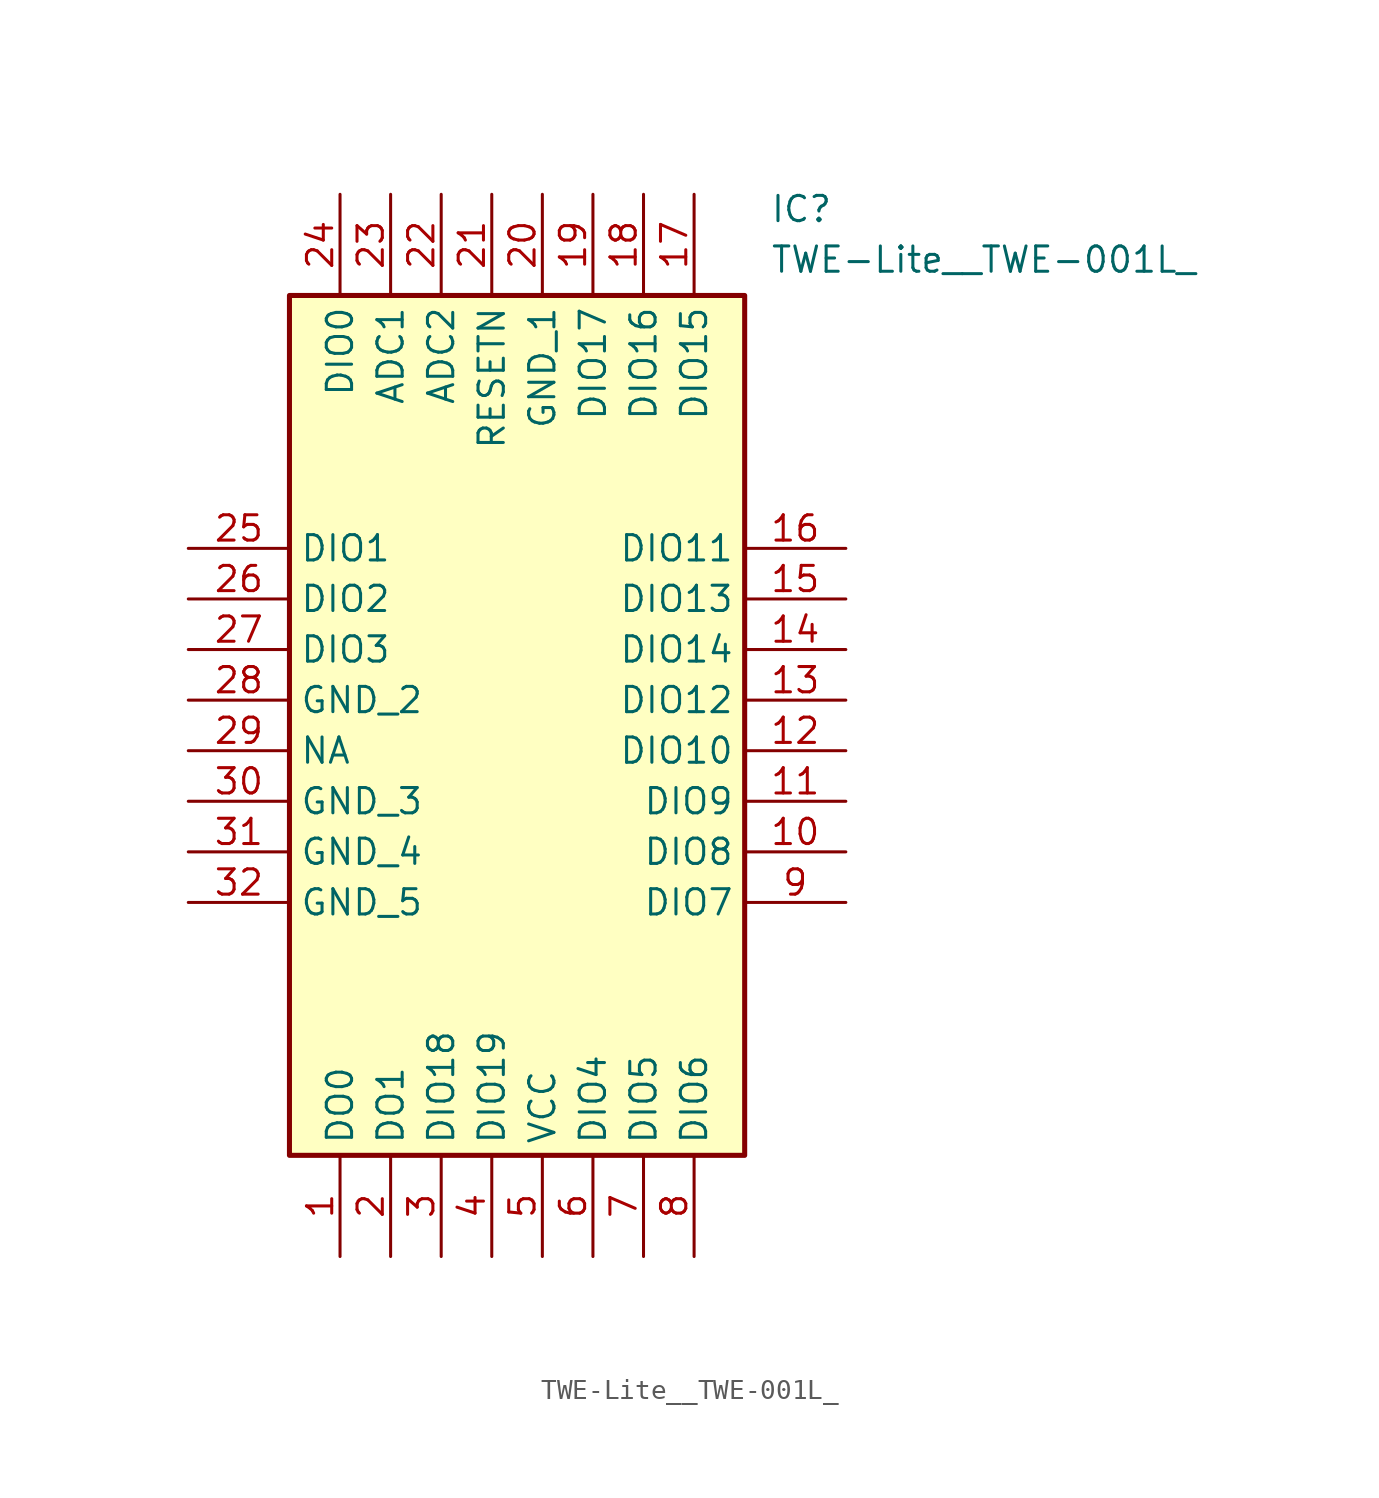
<source format=kicad_sym>
(kicad_symbol_lib
  (version 20211014)
  (generator SamacSys_ECAD_Model)
  (symbol "TWE-Lite__TWE-001L_"
    (property "Reference" "IC"
      (at 29.21 17.78 0)
      (effects (font (size 1.27 1.27)) (justify left top)))
    (property "Value" "TWE-Lite__TWE-001L_"
      (at 29.21 15.24 0)
      (effects (font (size 1.27 1.27)) (justify left top)))
    (rectangle
      (start 5.08 12.7)
      (end 27.94 -30.48)
      (stroke (width 0.254) (type default))
      (fill (type background)))
    (pin passive line
      (at 7.62 -35.56 90)
      (length 5.08)
      (name "DO0" (effects (font (size 1.27 1.27))))
      (number "1" (effects (font (size 1.27 1.27)))))
    (pin passive line
      (at 10.16 -35.56 90)
      (length 5.08)
      (name "DO1" (effects (font (size 1.27 1.27))))
      (number "2" (effects (font (size 1.27 1.27)))))
    (pin passive line
      (at 12.7 -35.56 90)
      (length 5.08)
      (name "DIO18" (effects (font (size 1.27 1.27))))
      (number "3" (effects (font (size 1.27 1.27)))))
    (pin passive line
      (at 15.24 -35.56 90)
      (length 5.08)
      (name "DIO19" (effects (font (size 1.27 1.27))))
      (number "4" (effects (font (size 1.27 1.27)))))
    (pin passive line
      (at 17.78 -35.56 90)
      (length 5.08)
      (name "VCC" (effects (font (size 1.27 1.27))))
      (number "5" (effects (font (size 1.27 1.27)))))
    (pin passive line
      (at 20.32 -35.56 90)
      (length 5.08)
      (name "DIO4" (effects (font (size 1.27 1.27))))
      (number "6" (effects (font (size 1.27 1.27)))))
    (pin passive line
      (at 22.86 -35.56 90)
      (length 5.08)
      (name "DIO5" (effects (font (size 1.27 1.27))))
      (number "7" (effects (font (size 1.27 1.27)))))
    (pin passive line
      (at 25.4 -35.56 90)
      (length 5.08)
      (name "DIO6" (effects (font (size 1.27 1.27))))
      (number "8" (effects (font (size 1.27 1.27)))))
    (pin passive line
      (at 33.02 -17.78 180)
      (length 5.08)
      (name "DIO7" (effects (font (size 1.27 1.27))))
      (number "9" (effects (font (size 1.27 1.27)))))
    (pin passive line
      (at 33.02 -15.24 180)
      (length 5.08)
      (name "DIO8" (effects (font (size 1.27 1.27))))
      (number "10" (effects (font (size 1.27 1.27)))))
    (pin passive line
      (at 33.02 -12.7 180)
      (length 5.08)
      (name "DIO9" (effects (font (size 1.27 1.27))))
      (number "11" (effects (font (size 1.27 1.27)))))
    (pin passive line
      (at 33.02 -10.16 180)
      (length 5.08)
      (name "DIO10" (effects (font (size 1.27 1.27))))
      (number "12" (effects (font (size 1.27 1.27)))))
    (pin passive line
      (at 33.02 -7.62 180)
      (length 5.08)
      (name "DIO12" (effects (font (size 1.27 1.27))))
      (number "13" (effects (font (size 1.27 1.27)))))
    (pin passive line
      (at 33.02 -5.08 180)
      (length 5.08)
      (name "DIO14" (effects (font (size 1.27 1.27))))
      (number "14" (effects (font (size 1.27 1.27)))))
    (pin passive line
      (at 33.02 -2.54 180)
      (length 5.08)
      (name "DIO13" (effects (font (size 1.27 1.27))))
      (number "15" (effects (font (size 1.27 1.27)))))
    (pin passive line
      (at 33.02 0 180)
      (length 5.08)
      (name "DIO11" (effects (font (size 1.27 1.27))))
      (number "16" (effects (font (size 1.27 1.27)))))
    (pin passive line
      (at 25.4 17.78 270)
      (length 5.08)
      (name "DIO15" (effects (font (size 1.27 1.27))))
      (number "17" (effects (font (size 1.27 1.27)))))
    (pin passive line
      (at 22.86 17.78 270)
      (length 5.08)
      (name "DIO16" (effects (font (size 1.27 1.27))))
      (number "18" (effects (font (size 1.27 1.27)))))
    (pin passive line
      (at 20.32 17.78 270)
      (length 5.08)
      (name "DIO17" (effects (font (size 1.27 1.27))))
      (number "19" (effects (font (size 1.27 1.27)))))
    (pin passive line
      (at 17.78 17.78 270)
      (length 5.08)
      (name "GND_1" (effects (font (size 1.27 1.27))))
      (number "20" (effects (font (size 1.27 1.27)))))
    (pin passive line
      (at 15.24 17.78 270)
      (length 5.08)
      (name "RESETN" (effects (font (size 1.27 1.27))))
      (number "21" (effects (font (size 1.27 1.27)))))
    (pin passive line
      (at 12.7 17.78 270)
      (length 5.08)
      (name "ADC2" (effects (font (size 1.27 1.27))))
      (number "22" (effects (font (size 1.27 1.27)))))
    (pin passive line
      (at 10.16 17.78 270)
      (length 5.08)
      (name "ADC1" (effects (font (size 1.27 1.27))))
      (number "23" (effects (font (size 1.27 1.27)))))
    (pin passive line
      (at 7.62 17.78 270)
      (length 5.08)
      (name "DIO0" (effects (font (size 1.27 1.27))))
      (number "24" (effects (font (size 1.27 1.27)))))
    (pin passive line
      (at 0 0 0)
      (length 5.08)
      (name "DIO1" (effects (font (size 1.27 1.27))))
      (number "25" (effects (font (size 1.27 1.27)))))
    (pin passive line
      (at 0 -2.54 0)
      (length 5.08)
      (name "DIO2" (effects (font (size 1.27 1.27))))
      (number "26" (effects (font (size 1.27 1.27)))))
    (pin passive line
      (at 0 -5.08 0)
      (length 5.08)
      (name "DIO3" (effects (font (size 1.27 1.27))))
      (number "27" (effects (font (size 1.27 1.27)))))
    (pin passive line
      (at 0 -7.62 0)
      (length 5.08)
      (name "GND_2" (effects (font (size 1.27 1.27))))
      (number "28" (effects (font (size 1.27 1.27)))))
    (pin passive line
      (at 0 -10.16 0)
      (length 5.08)
      (name "NA" (effects (font (size 1.27 1.27))))
      (number "29" (effects (font (size 1.27 1.27)))))
    (pin passive line
      (at 0 -12.7 0)
      (length 5.08)
      (name "GND_3" (effects (font (size 1.27 1.27))))
      (number "30" (effects (font (size 1.27 1.27)))))
    (pin passive line
      (at 0 -15.24 0)
      (length 5.08)
      (name "GND_4" (effects (font (size 1.27 1.27))))
      (number "31" (effects (font (size 1.27 1.27)))))
    (pin passive line
      (at 0 -17.78 0)
      (length 5.08)
      (name "GND_5" (effects (font (size 1.27 1.27))))
      (number "32" (effects (font (size 1.27 1.27)))))))
</source>
